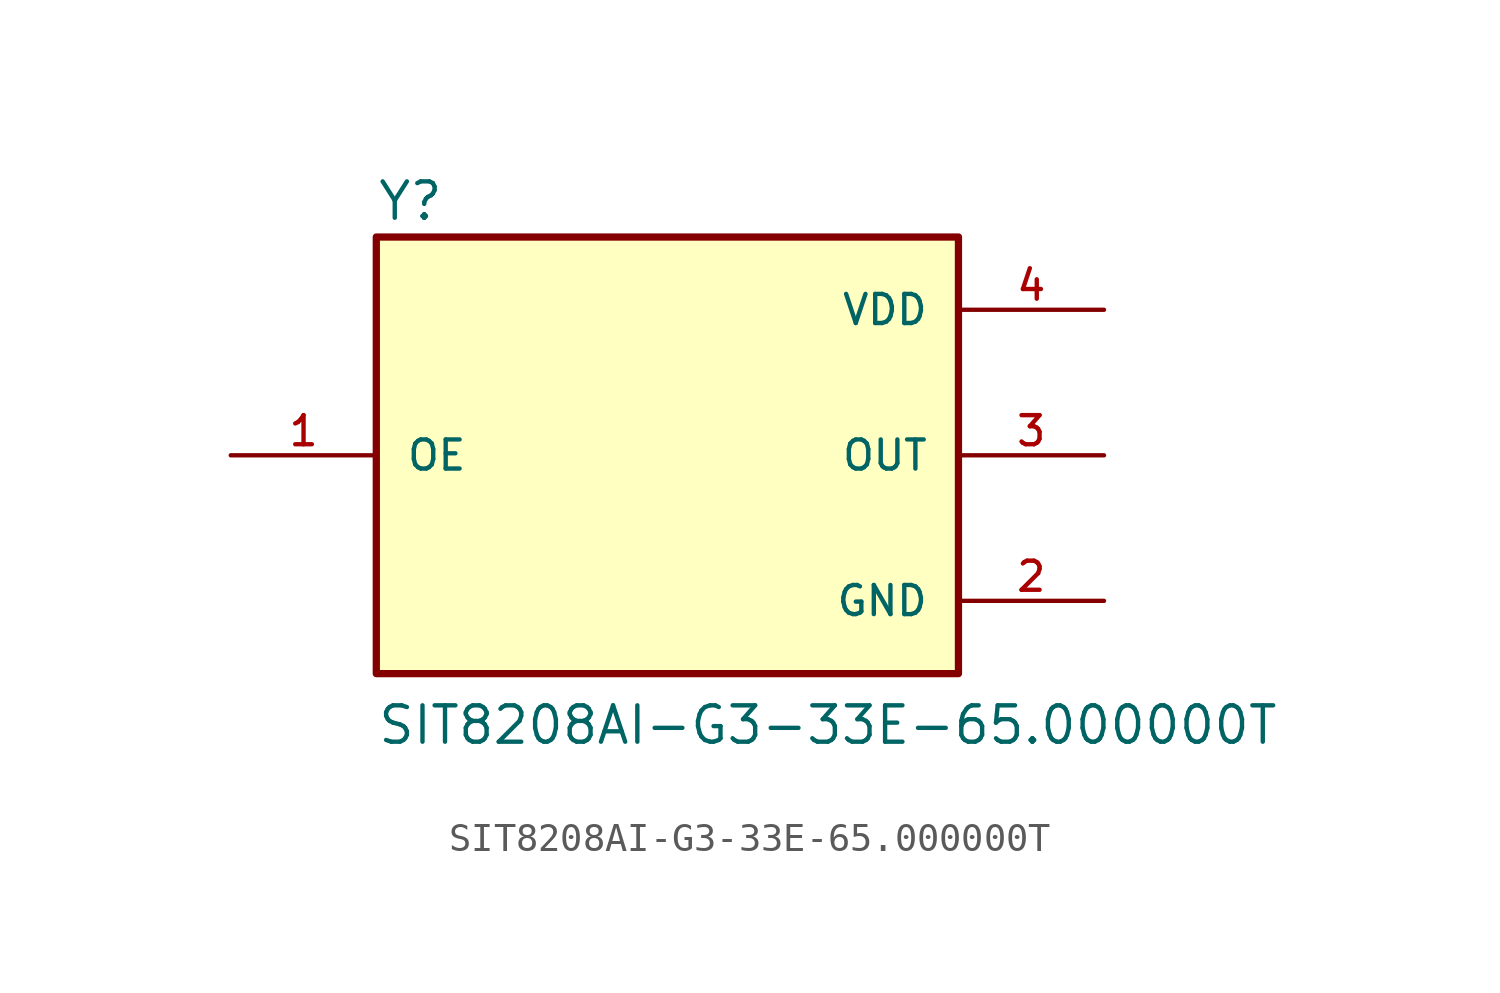
<source format=kicad_sym>
(kicad_symbol_lib
  (version 20211014)
  (generator kicad_symbol_editor)
  (symbol "SIT8208AI-G3-33E-65.000000T"
    (pin_names
      (offset 1.016))
    (property "Reference" "Y"
      (at -10.16 8.128 0)
      (effects (font (size 1.27 1.27)) (justify bottom left)))
    (property "Value" "SIT8208AI-G3-33E-65.000000T"
      (at -10.16 -10.16 0)
      (effects (font (size 1.27 1.27)) (justify bottom left)))
    (symbol "SIT8208AI-G3-33E-65.000000T_0_0"
      (rectangle (start -10.16 -7.62) (end 10.16 7.62) (stroke (width 0.254)) (fill (type background)))
      (pin power_in line (at 15.24 5.08 180.0) (length 5.08) (name "VDD" (effects (font (size 1.016 1.016)))) (number "4" (effects (font (size 1.016 1.016)))))
      (pin power_in line (at 15.24 -5.08 180.0) (length 5.08) (name "GND" (effects (font (size 1.016 1.016)))) (number "2" (effects (font (size 1.016 1.016)))))
      (pin output line (at 15.24 0.0 180.0) (length 5.08) (name "OUT" (effects (font (size 1.016 1.016)))) (number "3" (effects (font (size 1.016 1.016)))))
      (pin input line (at -15.24 0.0 0) (length 5.08) (name "OE" (effects (font (size 1.016 1.016)))) (number "1" (effects (font (size 1.016 1.016))))))))
</source>
